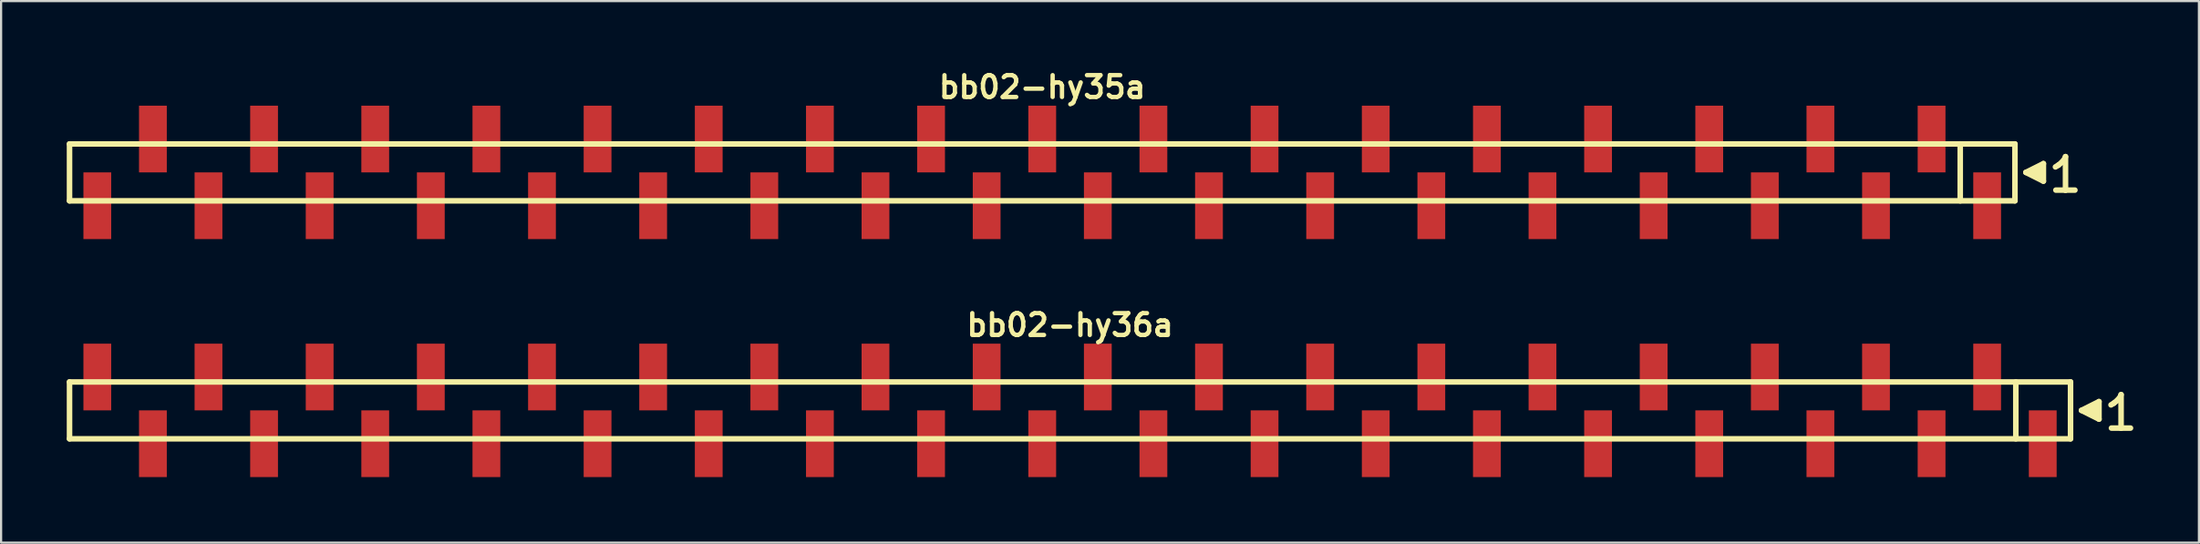
<source format=kicad_pcb>
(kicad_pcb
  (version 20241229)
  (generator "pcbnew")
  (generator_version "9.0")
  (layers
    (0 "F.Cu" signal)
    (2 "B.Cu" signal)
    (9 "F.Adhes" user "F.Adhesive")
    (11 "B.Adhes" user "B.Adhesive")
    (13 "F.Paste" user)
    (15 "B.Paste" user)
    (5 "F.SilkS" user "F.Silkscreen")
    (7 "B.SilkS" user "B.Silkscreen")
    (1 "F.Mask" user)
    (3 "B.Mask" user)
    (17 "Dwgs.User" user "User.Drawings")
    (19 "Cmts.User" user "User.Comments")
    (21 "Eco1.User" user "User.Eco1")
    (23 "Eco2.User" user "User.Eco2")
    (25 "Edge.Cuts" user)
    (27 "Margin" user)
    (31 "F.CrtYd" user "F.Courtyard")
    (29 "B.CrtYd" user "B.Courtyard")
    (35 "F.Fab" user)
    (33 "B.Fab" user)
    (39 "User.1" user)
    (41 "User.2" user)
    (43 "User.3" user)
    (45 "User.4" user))
  (footprint "bb02-hy36a"
    (layer "F.Cu")
    (at 45.847 15.713)
    (property "Reference" "bb02-hy36a" (at 0 -3.9 0) (layer "F.SilkS") (effects (font (size 0.998 0.998) (thickness 0.198))))
    (attr through_hole)
    (fp_line (start -45.72 -1.3) (end 45.72 -1.3) (stroke (width 0.254) (type solid)) (layer "F.SilkS"))
    (fp_line (start -45.72 1.3) (end -45.72 -1.3) (stroke (width 0.254) (type solid)) (layer "F.SilkS"))
    (fp_line (start 43.22 1.3) (end 43.22 -1.3) (stroke (width 0.254) (type solid)) (layer "F.SilkS"))
    (fp_line (start 45.72 -1.3) (end 45.72 1.3) (stroke (width 0.254) (type solid)) (layer "F.SilkS"))
    (fp_line (start 45.72 1.3) (end -45.72 1.3) (stroke (width 0.254) (type solid)) (layer "F.SilkS"))
    (fp_line (start 46.22 0) (end 47.02 0.4) (stroke (width 0.254) (type solid)) (layer "F.SilkS"))
    (fp_line (start 46.52 0.1) (end 46.52 -0.1) (stroke (width 0.254) (type solid)) (layer "F.SilkS"))
    (fp_line (start 46.62 -0.1) (end 46.62 0.1) (stroke (width 0.254) (type solid)) (layer "F.SilkS"))
    (fp_line (start 46.72 0.2) (end 46.72 -0.2) (stroke (width 0.254) (type solid)) (layer "F.SilkS"))
    (fp_line (start 46.82 -0.2) (end 46.82 0.2) (stroke (width 0.254) (type solid)) (layer "F.SilkS"))
    (fp_line (start 46.92 0.3) (end 46.92 -0.3) (stroke (width 0.254) (type solid)) (layer "F.SilkS"))
    (fp_line (start 47.02 -0.4) (end 46.22 0) (stroke (width 0.254) (type solid)) (layer "F.SilkS"))
    (fp_line (start 47.02 0.4) (end 47.02 -0.4) (stroke (width 0.254) (type solid)) (layer "F.SilkS"))
    (fp_line (start 47.57 -0.25) (end 47.7 -0.33) (stroke (width 0.254) (type solid)) (layer "F.SilkS"))
    (fp_line (start 47.7 -0.33) (end 47.86 -0.46) (stroke (width 0.254) (type solid)) (layer "F.SilkS"))
    (fp_line (start 47.86 -0.46) (end 48 -0.63) (stroke (width 0.254) (type solid)) (layer "F.SilkS"))
    (fp_line (start 48 -0.63) (end 48.03 -0.72) (stroke (width 0.254) (type solid)) (layer "F.SilkS"))
    (fp_line (start 48.03 -0.72) (end 48.03 0.81) (stroke (width 0.254) (type solid)) (layer "F.SilkS"))
    (fp_line (start 48.03 0.81) (end 47.59 0.81) (stroke (width 0.254) (type solid)) (layer "F.SilkS"))
    (fp_line (start 48.46 0.81) (end 48.02 0.81) (stroke (width 0.254) (type solid)) (layer "F.SilkS"))
    (pad "1" smd rect (at 44.45 1.525) (size 1.27 3.05) (layers "F.Cu" "F.Mask" "F.Paste"))
    (pad "2" smd rect (at 41.91 -1.525) (size 1.27 3.05) (layers "F.Cu" "F.Mask" "F.Paste"))
    (pad "3" smd rect (at 39.37 1.525) (size 1.27 3.05) (layers "F.Cu" "F.Mask" "F.Paste"))
    (pad "4" smd rect (at 36.83 -1.525) (size 1.27 3.05) (layers "F.Cu" "F.Mask" "F.Paste"))
    (pad "5" smd rect (at 34.29 1.525) (size 1.27 3.05) (layers "F.Cu" "F.Mask" "F.Paste"))
    (pad "6" smd rect (at 31.75 -1.525) (size 1.27 3.05) (layers "F.Cu" "F.Mask" "F.Paste"))
    (pad "7" smd rect (at 29.21 1.525) (size 1.27 3.05) (layers "F.Cu" "F.Mask" "F.Paste"))
    (pad "8" smd rect (at 26.67 -1.525) (size 1.27 3.05) (layers "F.Cu" "F.Mask" "F.Paste"))
    (pad "9" smd rect (at 24.13 1.525) (size 1.27 3.05) (layers "F.Cu" "F.Mask" "F.Paste"))
    (pad "10" smd rect (at 21.59 -1.525) (size 1.27 3.05) (layers "F.Cu" "F.Mask" "F.Paste"))
    (pad "11" smd rect (at 19.05 1.525) (size 1.27 3.05) (layers "F.Cu" "F.Mask" "F.Paste"))
    (pad "12" smd rect (at 16.51 -1.525) (size 1.27 3.05) (layers "F.Cu" "F.Mask" "F.Paste"))
    (pad "13" smd rect (at 13.97 1.525) (size 1.27 3.05) (layers "F.Cu" "F.Mask" "F.Paste"))
    (pad "14" smd rect (at 11.43 -1.525) (size 1.27 3.05) (layers "F.Cu" "F.Mask" "F.Paste"))
    (pad "15" smd rect (at 8.89 1.525) (size 1.27 3.05) (layers "F.Cu" "F.Mask" "F.Paste"))
    (pad "16" smd rect (at 6.35 -1.525) (size 1.27 3.05) (layers "F.Cu" "F.Mask" "F.Paste"))
    (pad "17" smd rect (at 3.81 1.525) (size 1.27 3.05) (layers "F.Cu" "F.Mask" "F.Paste"))
    (pad "18" smd rect (at 1.27 -1.525) (size 1.27 3.05) (layers "F.Cu" "F.Mask" "F.Paste"))
    (pad "19" smd rect (at -1.27 1.525) (size 1.27 3.05) (layers "F.Cu" "F.Mask" "F.Paste"))
    (pad "20" smd rect (at -3.81 -1.525) (size 1.27 3.05) (layers "F.Cu" "F.Mask" "F.Paste"))
    (pad "21" smd rect (at -6.35 1.525) (size 1.27 3.05) (layers "F.Cu" "F.Mask" "F.Paste"))
    (pad "22" smd rect (at -8.89 -1.525) (size 1.27 3.05) (layers "F.Cu" "F.Mask" "F.Paste"))
    (pad "23" smd rect (at -11.43 1.525) (size 1.27 3.05) (layers "F.Cu" "F.Mask" "F.Paste"))
    (pad "24" smd rect (at -13.97 -1.525) (size 1.27 3.05) (layers "F.Cu" "F.Mask" "F.Paste"))
    (pad "25" smd rect (at -16.51 1.525) (size 1.27 3.05) (layers "F.Cu" "F.Mask" "F.Paste"))
    (pad "26" smd rect (at -19.05 -1.525) (size 1.27 3.05) (layers "F.Cu" "F.Mask" "F.Paste"))
    (pad "27" smd rect (at -21.59 1.525) (size 1.27 3.05) (layers "F.Cu" "F.Mask" "F.Paste"))
    (pad "28" smd rect (at -24.13 -1.525) (size 1.27 3.05) (layers "F.Cu" "F.Mask" "F.Paste"))
    (pad "29" smd rect (at -26.67 1.525) (size 1.27 3.05) (layers "F.Cu" "F.Mask" "F.Paste"))
    (pad "30" smd rect (at -29.21 -1.525) (size 1.27 3.05) (layers "F.Cu" "F.Mask" "F.Paste"))
    (pad "31" smd rect (at -31.75 1.525) (size 1.27 3.05) (layers "F.Cu" "F.Mask" "F.Paste"))
    (pad "32" smd rect (at -34.29 -1.525) (size 1.27 3.05) (layers "F.Cu" "F.Mask" "F.Paste"))
    (pad "33" smd rect (at -36.83 1.525) (size 1.27 3.05) (layers "F.Cu" "F.Mask" "F.Paste"))
    (pad "34" smd rect (at -39.37 -1.525) (size 1.27 3.05) (layers "F.Cu" "F.Mask" "F.Paste"))
    (pad "35" smd rect (at -41.91 1.525) (size 1.27 3.05) (layers "F.Cu" "F.Mask" "F.Paste"))
    (pad "36" smd rect (at -44.45 -1.525) (size 1.27 3.05) (layers "F.Cu" "F.Mask" "F.Paste")))
  (footprint "bb02-hy35a"
    (layer "F.Cu")
    (at 44.577 4.832)
    (property "Reference" "bb02-hy35a" (at 0 -3.9 0) (layer "F.SilkS") (effects (font (size 0.998 0.998) (thickness 0.198))))
    (attr through_hole)
    (fp_line (start -44.45 -1.3) (end 44.45 -1.3) (stroke (width 0.254) (type solid)) (layer "F.SilkS"))
    (fp_line (start -44.45 1.3) (end -44.45 -1.3) (stroke (width 0.254) (type solid)) (layer "F.SilkS"))
    (fp_line (start 41.95 1.3) (end 41.95 -1.3) (stroke (width 0.254) (type solid)) (layer "F.SilkS"))
    (fp_line (start 44.45 -1.3) (end 44.45 1.3) (stroke (width 0.254) (type solid)) (layer "F.SilkS"))
    (fp_line (start 44.45 1.3) (end -44.45 1.3) (stroke (width 0.254) (type solid)) (layer "F.SilkS"))
    (fp_line (start 44.95 0) (end 45.75 0.4) (stroke (width 0.254) (type solid)) (layer "F.SilkS"))
    (fp_line (start 45.25 0.1) (end 45.25 -0.1) (stroke (width 0.254) (type solid)) (layer "F.SilkS"))
    (fp_line (start 45.35 -0.1) (end 45.35 0.1) (stroke (width 0.254) (type solid)) (layer "F.SilkS"))
    (fp_line (start 45.45 0.2) (end 45.45 -0.2) (stroke (width 0.254) (type solid)) (layer "F.SilkS"))
    (fp_line (start 45.55 -0.2) (end 45.55 0.2) (stroke (width 0.254) (type solid)) (layer "F.SilkS"))
    (fp_line (start 45.65 0.3) (end 45.65 -0.3) (stroke (width 0.254) (type solid)) (layer "F.SilkS"))
    (fp_line (start 45.75 -0.4) (end 44.95 0) (stroke (width 0.254) (type solid)) (layer "F.SilkS"))
    (fp_line (start 45.75 0.4) (end 45.75 -0.4) (stroke (width 0.254) (type solid)) (layer "F.SilkS"))
    (fp_line (start 46.3 -0.25) (end 46.43 -0.33) (stroke (width 0.254) (type solid)) (layer "F.SilkS"))
    (fp_line (start 46.43 -0.33) (end 46.59 -0.46) (stroke (width 0.254) (type solid)) (layer "F.SilkS"))
    (fp_line (start 46.59 -0.46) (end 46.73 -0.63) (stroke (width 0.254) (type solid)) (layer "F.SilkS"))
    (fp_line (start 46.73 -0.63) (end 46.76 -0.72) (stroke (width 0.254) (type solid)) (layer "F.SilkS"))
    (fp_line (start 46.76 -0.72) (end 46.76 0.81) (stroke (width 0.254) (type solid)) (layer "F.SilkS"))
    (fp_line (start 46.76 0.81) (end 46.32 0.81) (stroke (width 0.254) (type solid)) (layer "F.SilkS"))
    (fp_line (start 47.19 0.81) (end 46.75 0.81) (stroke (width 0.254) (type solid)) (layer "F.SilkS"))
    (pad "1" smd rect (at 43.18 1.525) (size 1.27 3.05) (layers "F.Cu" "F.Mask" "F.Paste"))
    (pad "2" smd rect (at 40.64 -1.525) (size 1.27 3.05) (layers "F.Cu" "F.Mask" "F.Paste"))
    (pad "3" smd rect (at 38.1 1.525) (size 1.27 3.05) (layers "F.Cu" "F.Mask" "F.Paste"))
    (pad "4" smd rect (at 35.56 -1.525) (size 1.27 3.05) (layers "F.Cu" "F.Mask" "F.Paste"))
    (pad "5" smd rect (at 33.02 1.525) (size 1.27 3.05) (layers "F.Cu" "F.Mask" "F.Paste"))
    (pad "6" smd rect (at 30.48 -1.525) (size 1.27 3.05) (layers "F.Cu" "F.Mask" "F.Paste"))
    (pad "7" smd rect (at 27.94 1.525) (size 1.27 3.05) (layers "F.Cu" "F.Mask" "F.Paste"))
    (pad "8" smd rect (at 25.4 -1.525) (size 1.27 3.05) (layers "F.Cu" "F.Mask" "F.Paste"))
    (pad "9" smd rect (at 22.86 1.525) (size 1.27 3.05) (layers "F.Cu" "F.Mask" "F.Paste"))
    (pad "10" smd rect (at 20.32 -1.525) (size 1.27 3.05) (layers "F.Cu" "F.Mask" "F.Paste"))
    (pad "11" smd rect (at 17.78 1.525) (size 1.27 3.05) (layers "F.Cu" "F.Mask" "F.Paste"))
    (pad "12" smd rect (at 15.24 -1.525) (size 1.27 3.05) (layers "F.Cu" "F.Mask" "F.Paste"))
    (pad "13" smd rect (at 12.7 1.525) (size 1.27 3.05) (layers "F.Cu" "F.Mask" "F.Paste"))
    (pad "14" smd rect (at 10.16 -1.525) (size 1.27 3.05) (layers "F.Cu" "F.Mask" "F.Paste"))
    (pad "15" smd rect (at 7.62 1.525) (size 1.27 3.05) (layers "F.Cu" "F.Mask" "F.Paste"))
    (pad "16" smd rect (at 5.08 -1.525) (size 1.27 3.05) (layers "F.Cu" "F.Mask" "F.Paste"))
    (pad "17" smd rect (at 2.54 1.525) (size 1.27 3.05) (layers "F.Cu" "F.Mask" "F.Paste"))
    (pad "18" smd rect (at 0 -1.525) (size 1.27 3.05) (layers "F.Cu" "F.Mask" "F.Paste"))
    (pad "19" smd rect (at -2.54 1.525) (size 1.27 3.05) (layers "F.Cu" "F.Mask" "F.Paste"))
    (pad "20" smd rect (at -5.08 -1.525) (size 1.27 3.05) (layers "F.Cu" "F.Mask" "F.Paste"))
    (pad "21" smd rect (at -7.62 1.525) (size 1.27 3.05) (layers "F.Cu" "F.Mask" "F.Paste"))
    (pad "22" smd rect (at -10.16 -1.525) (size 1.27 3.05) (layers "F.Cu" "F.Mask" "F.Paste"))
    (pad "23" smd rect (at -12.7 1.525) (size 1.27 3.05) (layers "F.Cu" "F.Mask" "F.Paste"))
    (pad "24" smd rect (at -15.24 -1.525) (size 1.27 3.05) (layers "F.Cu" "F.Mask" "F.Paste"))
    (pad "25" smd rect (at -17.78 1.525) (size 1.27 3.05) (layers "F.Cu" "F.Mask" "F.Paste"))
    (pad "26" smd rect (at -20.32 -1.525) (size 1.27 3.05) (layers "F.Cu" "F.Mask" "F.Paste"))
    (pad "27" smd rect (at -22.86 1.525) (size 1.27 3.05) (layers "F.Cu" "F.Mask" "F.Paste"))
    (pad "28" smd rect (at -25.4 -1.525) (size 1.27 3.05) (layers "F.Cu" "F.Mask" "F.Paste"))
    (pad "29" smd rect (at -27.94 1.525) (size 1.27 3.05) (layers "F.Cu" "F.Mask" "F.Paste"))
    (pad "30" smd rect (at -30.48 -1.525) (size 1.27 3.05) (layers "F.Cu" "F.Mask" "F.Paste"))
    (pad "31" smd rect (at -33.02 1.525) (size 1.27 3.05) (layers "F.Cu" "F.Mask" "F.Paste"))
    (pad "32" smd rect (at -35.56 -1.525) (size 1.27 3.05) (layers "F.Cu" "F.Mask" "F.Paste"))
    (pad "33" smd rect (at -38.1 1.525) (size 1.27 3.05) (layers "F.Cu" "F.Mask" "F.Paste"))
    (pad "34" smd rect (at -40.64 -1.525) (size 1.27 3.05) (layers "F.Cu" "F.Mask" "F.Paste"))
    (pad "35" smd rect (at -43.18 1.525) (size 1.27 3.05) (layers "F.Cu" "F.Mask" "F.Paste")))
  (gr_rect
    (start -3 -3)
    (end 97.434 21.763)
    (stroke (width 0.1) (type default))
    (fill no)
    (layer "Edge.Cuts")))
</source>
